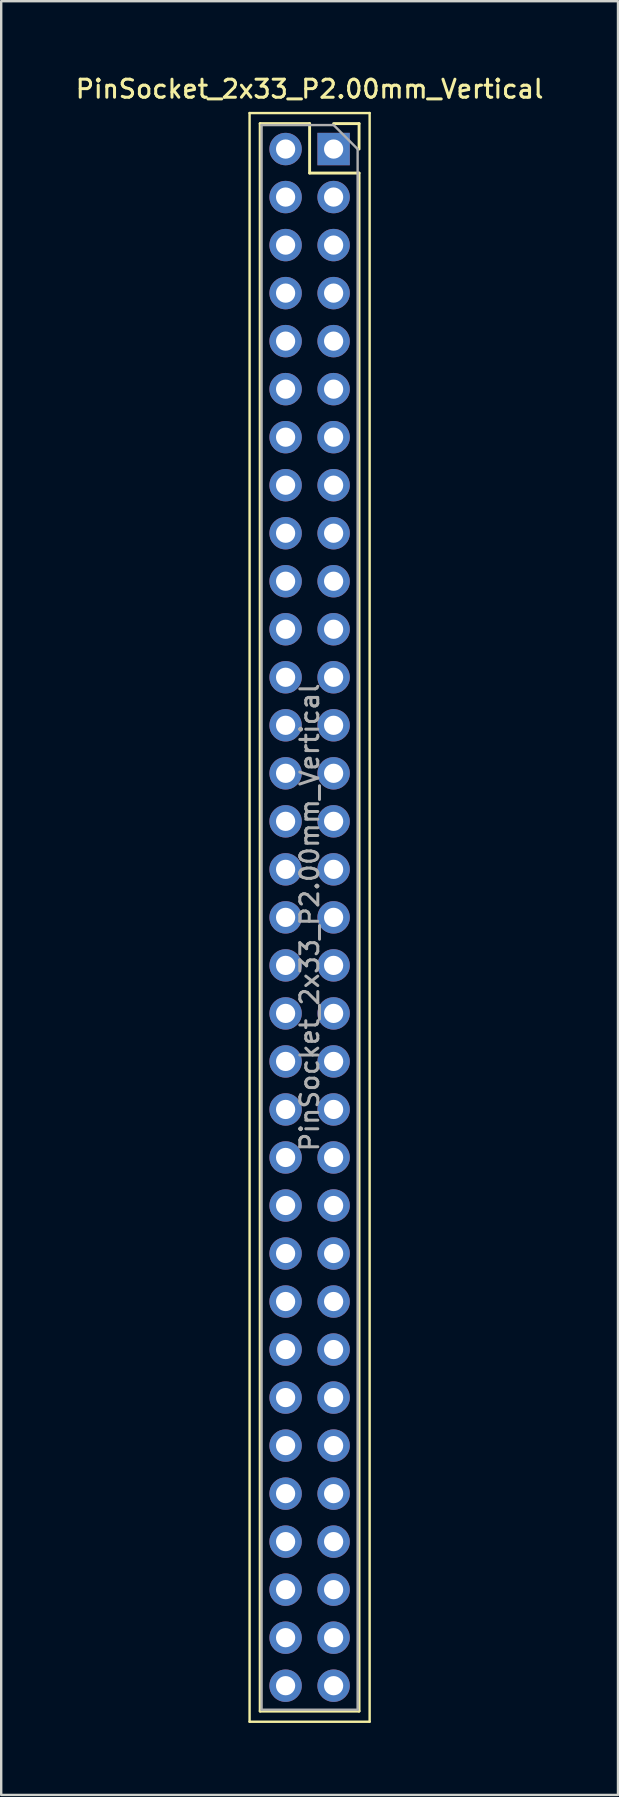
<source format=kicad_pcb>
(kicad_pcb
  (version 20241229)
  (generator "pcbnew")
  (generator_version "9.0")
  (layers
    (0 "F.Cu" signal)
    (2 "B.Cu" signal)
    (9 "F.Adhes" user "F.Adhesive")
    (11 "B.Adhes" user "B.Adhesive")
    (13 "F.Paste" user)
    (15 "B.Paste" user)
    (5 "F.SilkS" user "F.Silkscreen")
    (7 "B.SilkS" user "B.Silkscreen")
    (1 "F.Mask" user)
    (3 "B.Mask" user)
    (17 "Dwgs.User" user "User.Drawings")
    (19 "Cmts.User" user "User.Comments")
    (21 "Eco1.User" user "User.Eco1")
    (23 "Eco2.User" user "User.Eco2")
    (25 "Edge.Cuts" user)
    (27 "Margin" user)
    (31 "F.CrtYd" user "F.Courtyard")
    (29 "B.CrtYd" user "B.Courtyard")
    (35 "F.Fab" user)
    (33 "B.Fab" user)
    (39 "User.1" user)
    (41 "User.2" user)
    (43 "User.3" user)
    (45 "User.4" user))
  (footprint "PinSocket_2x33_P2.00mm_Vertical"
    (layer "F.Cu")
    (at 10.845 3.158)
    (property "Reference" "PinSocket_2x33_P2.00mm_Vertical" (at -1 -2.5 0) (layer "F.SilkS") (effects (font (size 0.75 0.75) (thickness 0.125))))
    (attr through_hole)
    (fp_line (start -3.5 -1.5) (end 1.5 -1.5) (stroke (width 0.1) (type solid)) (layer "F.SilkS"))
    (fp_line (start -3.5 65.5) (end -3.5 -1.5) (stroke (width 0.1) (type solid)) (layer "F.SilkS"))
    (fp_line (start -3.06 -1.06) (end -3.06 65.06) (stroke (width 0.12) (type solid)) (layer "F.SilkS"))
    (fp_line (start -3.06 -1.06) (end -1 -1.06) (stroke (width 0.12) (type solid)) (layer "F.SilkS"))
    (fp_line (start -3.06 65.06) (end 1.06 65.06) (stroke (width 0.12) (type solid)) (layer "F.SilkS"))
    (fp_line (start -1 -1.06) (end -1 1) (stroke (width 0.12) (type solid)) (layer "F.SilkS"))
    (fp_line (start -1 1) (end 1.06 1) (stroke (width 0.12) (type solid)) (layer "F.SilkS"))
    (fp_line (start 0 -1.06) (end 1.06 -1.06) (stroke (width 0.12) (type solid)) (layer "F.SilkS"))
    (fp_line (start 1.06 -1.06) (end 1.06 0) (stroke (width 0.12) (type solid)) (layer "F.SilkS"))
    (fp_line (start 1.06 1) (end 1.06 65.06) (stroke (width 0.12) (type solid)) (layer "F.SilkS"))
    (fp_line (start 1.5 -1.5) (end 1.5 65.5) (stroke (width 0.1) (type solid)) (layer "F.SilkS"))
    (fp_line (start 1.5 65.5) (end -3.5 65.5) (stroke (width 0.1) (type solid)) (layer "F.SilkS"))
    (fp_line (start -3 -1) (end 0 -1) (stroke (width 0.1) (type solid)) (layer "F.Fab"))
    (fp_line (start -3 65) (end -3 -1) (stroke (width 0.1) (type solid)) (layer "F.Fab"))
    (fp_line (start 0 -1) (end 1 0) (stroke (width 0.1) (type solid)) (layer "F.Fab"))
    (fp_line (start 1 0) (end 1 65) (stroke (width 0.1) (type solid)) (layer "F.Fab"))
    (fp_line (start 1 65) (end -3 65) (stroke (width 0.1) (type solid)) (layer "F.Fab"))
    (fp_text user "${REFERENCE}" (at -1 32 90) (layer "F.Fab") (effects (font (size 0.75 0.75) (thickness 0.125))))
    (pad "1" thru_hole rect (at 0 0) (size 1.35 1.35) (drill 0.8) (layers "*.Cu" "*.Mask"))
    (pad "2" thru_hole oval (at -2 0) (size 1.35 1.35) (drill 0.8) (layers "*.Cu" "*.Mask"))
    (pad "3" thru_hole oval (at 0 2) (size 1.35 1.35) (drill 0.8) (layers "*.Cu" "*.Mask"))
    (pad "4" thru_hole oval (at -2 2) (size 1.35 1.35) (drill 0.8) (layers "*.Cu" "*.Mask"))
    (pad "5" thru_hole oval (at 0 4) (size 1.35 1.35) (drill 0.8) (layers "*.Cu" "*.Mask"))
    (pad "6" thru_hole oval (at -2 4) (size 1.35 1.35) (drill 0.8) (layers "*.Cu" "*.Mask"))
    (pad "7" thru_hole oval (at 0 6) (size 1.35 1.35) (drill 0.8) (layers "*.Cu" "*.Mask"))
    (pad "8" thru_hole oval (at -2 6) (size 1.35 1.35) (drill 0.8) (layers "*.Cu" "*.Mask"))
    (pad "9" thru_hole oval (at 0 8) (size 1.35 1.35) (drill 0.8) (layers "*.Cu" "*.Mask"))
    (pad "10" thru_hole oval (at -2 8) (size 1.35 1.35) (drill 0.8) (layers "*.Cu" "*.Mask"))
    (pad "11" thru_hole oval (at 0 10) (size 1.35 1.35) (drill 0.8) (layers "*.Cu" "*.Mask"))
    (pad "12" thru_hole oval (at -2 10) (size 1.35 1.35) (drill 0.8) (layers "*.Cu" "*.Mask"))
    (pad "13" thru_hole oval (at 0 12) (size 1.35 1.35) (drill 0.8) (layers "*.Cu" "*.Mask"))
    (pad "14" thru_hole oval (at -2 12) (size 1.35 1.35) (drill 0.8) (layers "*.Cu" "*.Mask"))
    (pad "15" thru_hole oval (at 0 14) (size 1.35 1.35) (drill 0.8) (layers "*.Cu" "*.Mask"))
    (pad "16" thru_hole oval (at -2 14) (size 1.35 1.35) (drill 0.8) (layers "*.Cu" "*.Mask"))
    (pad "17" thru_hole oval (at 0 16) (size 1.35 1.35) (drill 0.8) (layers "*.Cu" "*.Mask"))
    (pad "18" thru_hole oval (at -2 16) (size 1.35 1.35) (drill 0.8) (layers "*.Cu" "*.Mask"))
    (pad "19" thru_hole oval (at 0 18) (size 1.35 1.35) (drill 0.8) (layers "*.Cu" "*.Mask"))
    (pad "20" thru_hole oval (at -2 18) (size 1.35 1.35) (drill 0.8) (layers "*.Cu" "*.Mask"))
    (pad "21" thru_hole oval (at 0 20) (size 1.35 1.35) (drill 0.8) (layers "*.Cu" "*.Mask"))
    (pad "22" thru_hole oval (at -2 20) (size 1.35 1.35) (drill 0.8) (layers "*.Cu" "*.Mask"))
    (pad "23" thru_hole oval (at 0 22) (size 1.35 1.35) (drill 0.8) (layers "*.Cu" "*.Mask"))
    (pad "24" thru_hole oval (at -2 22) (size 1.35 1.35) (drill 0.8) (layers "*.Cu" "*.Mask"))
    (pad "25" thru_hole oval (at 0 24) (size 1.35 1.35) (drill 0.8) (layers "*.Cu" "*.Mask"))
    (pad "26" thru_hole oval (at -2 24) (size 1.35 1.35) (drill 0.8) (layers "*.Cu" "*.Mask"))
    (pad "27" thru_hole oval (at 0 26) (size 1.35 1.35) (drill 0.8) (layers "*.Cu" "*.Mask"))
    (pad "28" thru_hole oval (at -2 26) (size 1.35 1.35) (drill 0.8) (layers "*.Cu" "*.Mask"))
    (pad "29" thru_hole oval (at 0 28) (size 1.35 1.35) (drill 0.8) (layers "*.Cu" "*.Mask"))
    (pad "30" thru_hole oval (at -2 28) (size 1.35 1.35) (drill 0.8) (layers "*.Cu" "*.Mask"))
    (pad "31" thru_hole oval (at 0 30) (size 1.35 1.35) (drill 0.8) (layers "*.Cu" "*.Mask"))
    (pad "32" thru_hole oval (at -2 30) (size 1.35 1.35) (drill 0.8) (layers "*.Cu" "*.Mask"))
    (pad "33" thru_hole oval (at 0 32) (size 1.35 1.35) (drill 0.8) (layers "*.Cu" "*.Mask"))
    (pad "34" thru_hole oval (at -2 32) (size 1.35 1.35) (drill 0.8) (layers "*.Cu" "*.Mask"))
    (pad "35" thru_hole oval (at 0 34) (size 1.35 1.35) (drill 0.8) (layers "*.Cu" "*.Mask"))
    (pad "36" thru_hole oval (at -2 34) (size 1.35 1.35) (drill 0.8) (layers "*.Cu" "*.Mask"))
    (pad "37" thru_hole oval (at 0 36) (size 1.35 1.35) (drill 0.8) (layers "*.Cu" "*.Mask"))
    (pad "38" thru_hole oval (at -2 36) (size 1.35 1.35) (drill 0.8) (layers "*.Cu" "*.Mask"))
    (pad "39" thru_hole oval (at 0 38) (size 1.35 1.35) (drill 0.8) (layers "*.Cu" "*.Mask"))
    (pad "40" thru_hole oval (at -2 38) (size 1.35 1.35) (drill 0.8) (layers "*.Cu" "*.Mask"))
    (pad "41" thru_hole oval (at 0 40) (size 1.35 1.35) (drill 0.8) (layers "*.Cu" "*.Mask"))
    (pad "42" thru_hole oval (at -2 40) (size 1.35 1.35) (drill 0.8) (layers "*.Cu" "*.Mask"))
    (pad "43" thru_hole oval (at 0 42) (size 1.35 1.35) (drill 0.8) (layers "*.Cu" "*.Mask"))
    (pad "44" thru_hole oval (at -2 42) (size 1.35 1.35) (drill 0.8) (layers "*.Cu" "*.Mask"))
    (pad "45" thru_hole oval (at 0 44) (size 1.35 1.35) (drill 0.8) (layers "*.Cu" "*.Mask"))
    (pad "46" thru_hole oval (at -2 44) (size 1.35 1.35) (drill 0.8) (layers "*.Cu" "*.Mask"))
    (pad "47" thru_hole oval (at 0 46) (size 1.35 1.35) (drill 0.8) (layers "*.Cu" "*.Mask"))
    (pad "48" thru_hole oval (at -2 46) (size 1.35 1.35) (drill 0.8) (layers "*.Cu" "*.Mask"))
    (pad "49" thru_hole oval (at 0 48) (size 1.35 1.35) (drill 0.8) (layers "*.Cu" "*.Mask"))
    (pad "50" thru_hole oval (at -2 48) (size 1.35 1.35) (drill 0.8) (layers "*.Cu" "*.Mask"))
    (pad "51" thru_hole oval (at 0 50) (size 1.35 1.35) (drill 0.8) (layers "*.Cu" "*.Mask"))
    (pad "52" thru_hole oval (at -2 50) (size 1.35 1.35) (drill 0.8) (layers "*.Cu" "*.Mask"))
    (pad "53" thru_hole oval (at 0 52) (size 1.35 1.35) (drill 0.8) (layers "*.Cu" "*.Mask"))
    (pad "54" thru_hole oval (at -2 52) (size 1.35 1.35) (drill 0.8) (layers "*.Cu" "*.Mask"))
    (pad "55" thru_hole oval (at 0 54) (size 1.35 1.35) (drill 0.8) (layers "*.Cu" "*.Mask"))
    (pad "56" thru_hole oval (at -2 54) (size 1.35 1.35) (drill 0.8) (layers "*.Cu" "*.Mask"))
    (pad "57" thru_hole oval (at 0 56) (size 1.35 1.35) (drill 0.8) (layers "*.Cu" "*.Mask"))
    (pad "58" thru_hole oval (at -2 56) (size 1.35 1.35) (drill 0.8) (layers "*.Cu" "*.Mask"))
    (pad "59" thru_hole oval (at 0 58) (size 1.35 1.35) (drill 0.8) (layers "*.Cu" "*.Mask"))
    (pad "60" thru_hole oval (at -2 58) (size 1.35 1.35) (drill 0.8) (layers "*.Cu" "*.Mask"))
    (pad "61" thru_hole oval (at 0 60) (size 1.35 1.35) (drill 0.8) (layers "*.Cu" "*.Mask"))
    (pad "62" thru_hole oval (at -2 60) (size 1.35 1.35) (drill 0.8) (layers "*.Cu" "*.Mask"))
    (pad "63" thru_hole oval (at 0 62) (size 1.35 1.35) (drill 0.8) (layers "*.Cu" "*.Mask"))
    (pad "64" thru_hole oval (at -2 62) (size 1.35 1.35) (drill 0.8) (layers "*.Cu" "*.Mask"))
    (pad "65" thru_hole oval (at 0 64) (size 1.35 1.35) (drill 0.8) (layers "*.Cu" "*.Mask"))
    (pad "66" thru_hole oval (at -2 64) (size 1.35 1.35) (drill 0.8) (layers "*.Cu" "*.Mask")))
  (gr_rect
    (start -3 -3)
    (end 22.689 71.708)
    (stroke (width 0.1) (type default))
    (fill no)
    (layer "Edge.Cuts")))
</source>
